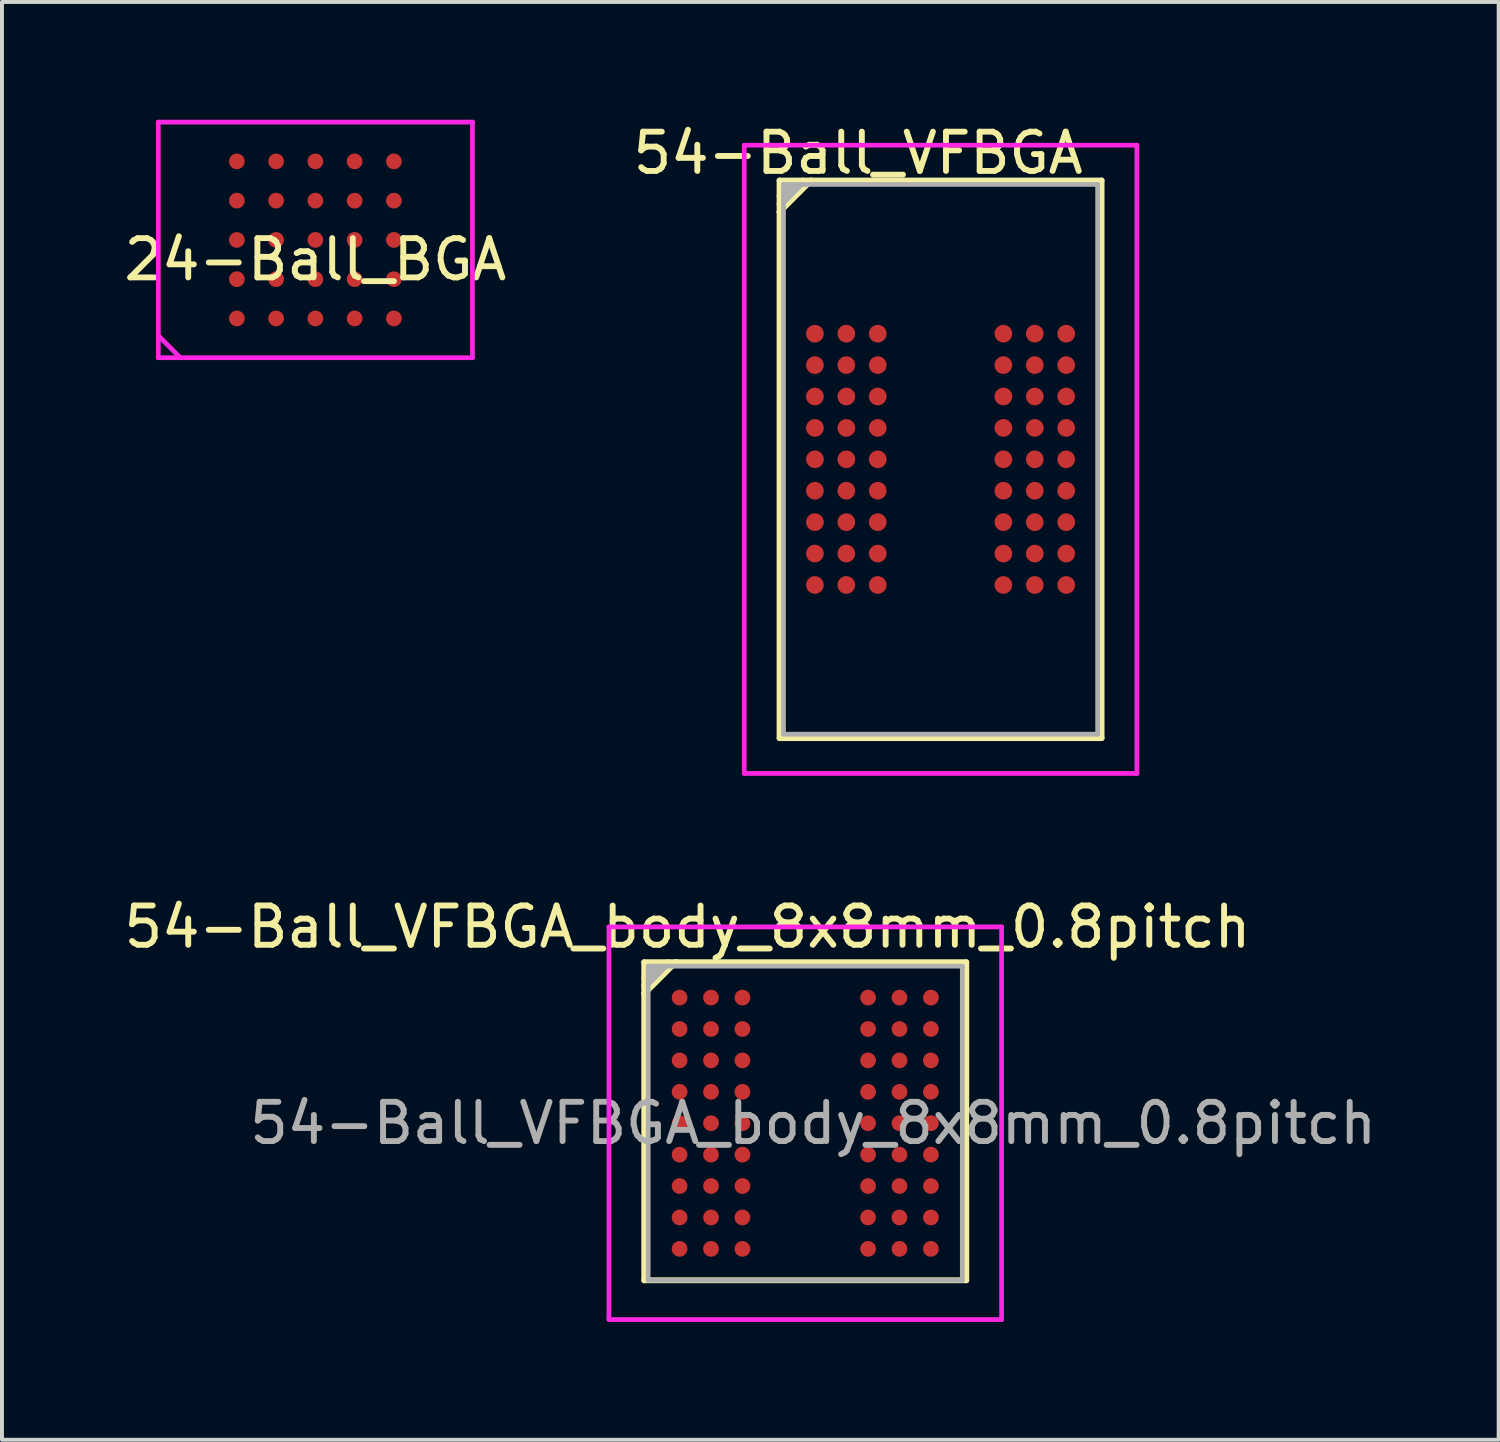
<source format=kicad_pcb>
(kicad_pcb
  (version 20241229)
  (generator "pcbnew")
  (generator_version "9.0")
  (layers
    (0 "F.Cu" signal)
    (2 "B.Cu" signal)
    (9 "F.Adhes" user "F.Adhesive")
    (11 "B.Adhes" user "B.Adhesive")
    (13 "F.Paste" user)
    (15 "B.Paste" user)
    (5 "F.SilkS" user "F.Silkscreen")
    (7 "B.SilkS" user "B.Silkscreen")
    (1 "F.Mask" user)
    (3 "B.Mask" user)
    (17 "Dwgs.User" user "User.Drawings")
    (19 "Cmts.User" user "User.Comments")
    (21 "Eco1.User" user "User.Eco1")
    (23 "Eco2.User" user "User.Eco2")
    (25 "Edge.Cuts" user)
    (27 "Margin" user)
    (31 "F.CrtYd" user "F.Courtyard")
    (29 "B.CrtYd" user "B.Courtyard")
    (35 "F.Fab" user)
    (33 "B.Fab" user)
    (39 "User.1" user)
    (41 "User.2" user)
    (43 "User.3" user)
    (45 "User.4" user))
  (footprint "24-Ball_BGA"
    (layer "F.Cu")
    (at 4.982 3.06)
    (property "Reference" "24-Ball_BGA" (at 0 0.5 0) (layer "F.SilkS") (effects (font (size 1 1) (thickness 0.15))))
    (attr smd)
    (fp_line (start -4 -3) (end 4 -3) (stroke (width 0.12) (type solid)) (layer "F.CrtYd"))
    (fp_line (start -4 3) (end -4 -3) (stroke (width 0.12) (type solid)) (layer "F.CrtYd"))
    (fp_line (start -4 3) (end 4 3) (stroke (width 0.12) (type solid)) (layer "F.CrtYd"))
    (fp_line (start -3.98 2.46) (end -3.47 2.97) (stroke (width 0.12) (type solid)) (layer "F.CrtYd"))
    (fp_line (start 4 -3) (end 4 3) (stroke (width 0.12) (type solid)) (layer "F.CrtYd"))
    (pad "A1" smd circle (at -2 2) (size 0.4 0.4) (layers "F.Cu" "F.Mask" "F.Paste"))
    (pad "A2" smd circle (at -2 1) (size 0.4 0.4) (layers "F.Cu" "F.Mask" "F.Paste"))
    (pad "A3" smd circle (at -2 0) (size 0.4 0.4) (layers "F.Cu" "F.Mask" "F.Paste"))
    (pad "A4" smd circle (at -2 -1) (size 0.4 0.4) (layers "F.Cu" "F.Mask" "F.Paste"))
    (pad "A5" smd circle (at -2 -2) (size 0.4 0.4) (layers "F.Cu" "F.Mask" "F.Paste"))
    (pad "B1" smd circle (at -1 2) (size 0.4 0.4) (layers "F.Cu" "F.Mask" "F.Paste"))
    (pad "B2" smd circle (at -1 1) (size 0.4 0.4) (layers "F.Cu" "F.Mask" "F.Paste"))
    (pad "B3" smd circle (at -1 0) (size 0.4 0.4) (layers "F.Cu" "F.Mask" "F.Paste"))
    (pad "B4" smd circle (at -1 -1) (size 0.4 0.4) (layers "F.Cu" "F.Mask" "F.Paste"))
    (pad "B5" smd circle (at -1 -2) (size 0.4 0.4) (layers "F.Cu" "F.Mask" "F.Paste"))
    (pad "C1" smd circle (at 0 2) (size 0.4 0.4) (layers "F.Cu" "F.Mask" "F.Paste"))
    (pad "C2" smd circle (at 0 1) (size 0.4 0.4) (layers "F.Cu" "F.Mask" "F.Paste"))
    (pad "C3" smd circle (at 0 0) (size 0.4 0.4) (layers "F.Cu" "F.Mask" "F.Paste"))
    (pad "C4" smd circle (at 0 -1) (size 0.4 0.4) (layers "F.Cu" "F.Mask" "F.Paste"))
    (pad "C5" smd circle (at 0 -2) (size 0.4 0.4) (layers "F.Cu" "F.Mask" "F.Paste"))
    (pad "D1" smd circle (at 1 2) (size 0.4 0.4) (layers "F.Cu" "F.Mask" "F.Paste"))
    (pad "D2" smd circle (at 1 1) (size 0.4 0.4) (layers "F.Cu" "F.Mask" "F.Paste"))
    (pad "D3" smd circle (at 1 0) (size 0.4 0.4) (layers "F.Cu" "F.Mask" "F.Paste"))
    (pad "D4" smd circle (at 1 -1) (size 0.4 0.4) (layers "F.Cu" "F.Mask" "F.Paste"))
    (pad "D5" smd circle (at 1 -2) (size 0.4 0.4) (layers "F.Cu" "F.Mask" "F.Paste"))
    (pad "E1" smd circle (at 2 2) (size 0.4 0.4) (layers "F.Cu" "F.Mask" "F.Paste"))
    (pad "E2" smd circle (at 2 1) (size 0.4 0.4) (layers "F.Cu" "F.Mask" "F.Paste"))
    (pad "E3" smd circle (at 2 0) (size 0.4 0.4) (layers "F.Cu" "F.Mask" "F.Paste"))
    (pad "E4" smd circle (at 2 -1) (size 0.4 0.4) (layers "F.Cu" "F.Mask" "F.Paste"))
    (pad "E5" smd circle (at 2 -2) (size 0.4 0.4) (layers "F.Cu" "F.Mask" "F.Paste")))
  (footprint "54-Ball_VFBGA_body_8x8mm_0.8pitch"
    (layer "F.Cu")
    (at 17.458 25.556)
    (property "Reference" "54-Ball_VFBGA_body_8x8mm_0.8pitch" (at -3 -5 0) (layer "F.SilkS") (effects (font (size 1 1) (thickness 0.15))))
    (attr smd)
    (fp_line (start -4.1 -4.1) (end -3.3 -4.1) (stroke (width 0.15) (type solid)) (layer "F.SilkS"))
    (fp_line (start -4.1 -3.7) (end -3.7 -4) (stroke (width 0.15) (type solid)) (layer "F.SilkS"))
    (fp_line (start -4.1 -3.5) (end -3.5 -4.1) (stroke (width 0.15) (type solid)) (layer "F.SilkS"))
    (fp_line (start -4.1 -3.3) (end -4.1 -4.1) (stroke (width 0.15) (type solid)) (layer "F.SilkS"))
    (fp_line (start -4.1 -3.3) (end -3.3 -4.1) (stroke (width 0.15) (type solid)) (layer "F.SilkS"))
    (fp_line (start -4.1 4) (end -4.1 -3.3) (stroke (width 0.15) (type solid)) (layer "F.SilkS"))
    (fp_line (start -3.9 -4) (end -4 -3.9) (stroke (width 0.2) (type solid)) (layer "F.SilkS"))
    (fp_line (start -3.3 -4.1) (end 4.1 -4.1) (stroke (width 0.15) (type solid)) (layer "F.SilkS"))
    (fp_line (start 4.1 -4.1) (end 4.1 4) (stroke (width 0.15) (type solid)) (layer "F.SilkS"))
    (fp_line (start 4.1 4) (end -4.1 4) (stroke (width 0.15) (type solid)) (layer "F.SilkS"))
    (fp_line (start -5 -5) (end 5 -5) (stroke (width 0.12) (type solid)) (layer "F.CrtYd"))
    (fp_line (start -5 5) (end -5 -5) (stroke (width 0.12) (type solid)) (layer "F.CrtYd"))
    (fp_line (start 5 -5) (end 5 5) (stroke (width 0.12) (type solid)) (layer "F.CrtYd"))
    (fp_line (start 5 5) (end -5 5) (stroke (width 0.12) (type solid)) (layer "F.CrtYd"))
    (fp_line (start -4 -4) (end -4 4) (stroke (width 0.12) (type solid)) (layer "F.Fab"))
    (fp_line (start -4 -4) (end 4 -4) (stroke (width 0.12) (type solid)) (layer "F.Fab"))
    (fp_line (start -4 -3.7) (end -3.7 -4) (stroke (width 0.12) (type solid)) (layer "F.Fab"))
    (fp_line (start -4 -3.53) (end -3.54 -4) (stroke (width 0.12) (type solid)) (layer "F.Fab"))
    (fp_line (start -4 4) (end 4 4) (stroke (width 0.12) (type solid)) (layer "F.Fab"))
    (fp_line (start -3.8 -4) (end -4 -3.8) (stroke (width 0.12) (type solid)) (layer "F.Fab"))
    (fp_line (start 4 -4) (end 4 4) (stroke (width 0.12) (type solid)) (layer "F.Fab"))
    (fp_text user "${REFERENCE}" (at 0.2 0 0) (layer "F.Fab") (effects (font (size 1 1) (thickness 0.15))))
    (pad "A1" smd circle (at -3.2 -3.2) (size 0.4 0.4) (layers "F.Cu" "F.Mask" "F.Paste"))
    (pad "A2" smd circle (at -2.4 -3.2) (size 0.4 0.4) (layers "F.Cu" "F.Mask" "F.Paste"))
    (pad "A3" smd circle (at -1.6 -3.2) (size 0.4 0.4) (layers "F.Cu" "F.Mask" "F.Paste"))
    (pad "A7" smd circle (at 1.6 -3.2) (size 0.4 0.4) (layers "F.Cu" "F.Mask" "F.Paste"))
    (pad "A8" smd circle (at 2.4 -3.2) (size 0.4 0.4) (layers "F.Cu" "F.Mask" "F.Paste"))
    (pad "A9" smd circle (at 3.2 -3.2) (size 0.4 0.4) (layers "F.Cu" "F.Mask" "F.Paste"))
    (pad "B1" smd circle (at -3.2 -2.4) (size 0.4 0.4) (layers "F.Cu" "F.Mask" "F.Paste"))
    (pad "B2" smd circle (at -2.4 -2.4) (size 0.4 0.4) (layers "F.Cu" "F.Mask" "F.Paste"))
    (pad "B3" smd circle (at -1.6 -2.4) (size 0.4 0.4) (layers "F.Cu" "F.Mask" "F.Paste"))
    (pad "B7" smd circle (at 1.6 -2.4) (size 0.4 0.4) (layers "F.Cu" "F.Mask" "F.Paste"))
    (pad "B8" smd circle (at 2.4 -2.4) (size 0.4 0.4) (layers "F.Cu" "F.Mask" "F.Paste"))
    (pad "B9" smd circle (at 3.2 -2.4) (size 0.4 0.4) (layers "F.Cu" "F.Mask" "F.Paste"))
    (pad "C1" smd circle (at -3.2 -1.6) (size 0.4 0.4) (layers "F.Cu" "F.Mask" "F.Paste"))
    (pad "C2" smd circle (at -2.4 -1.6) (size 0.4 0.4) (layers "F.Cu" "F.Mask" "F.Paste"))
    (pad "C3" smd circle (at -1.6 -1.6) (size 0.4 0.4) (layers "F.Cu" "F.Mask" "F.Paste"))
    (pad "C7" smd circle (at 1.6 -1.6) (size 0.4 0.4) (layers "F.Cu" "F.Mask" "F.Paste"))
    (pad "C8" smd circle (at 2.4 -1.6) (size 0.4 0.4) (layers "F.Cu" "F.Mask" "F.Paste"))
    (pad "C9" smd circle (at 3.2 -1.6) (size 0.4 0.4) (layers "F.Cu" "F.Mask" "F.Paste"))
    (pad "D1" smd circle (at -3.2 -0.8) (size 0.4 0.4) (layers "F.Cu" "F.Mask" "F.Paste"))
    (pad "D2" smd circle (at -2.4 -0.8) (size 0.4 0.4) (layers "F.Cu" "F.Mask" "F.Paste"))
    (pad "D3" smd circle (at -1.6 -0.8) (size 0.4 0.4) (layers "F.Cu" "F.Mask" "F.Paste"))
    (pad "D7" smd circle (at 1.6 -0.8) (size 0.4 0.4) (layers "F.Cu" "F.Mask" "F.Paste"))
    (pad "D8" smd circle (at 2.4 -0.8) (size 0.4 0.4) (layers "F.Cu" "F.Mask" "F.Paste"))
    (pad "D9" smd circle (at 3.2 -0.8) (size 0.4 0.4) (layers "F.Cu" "F.Mask" "F.Paste"))
    (pad "E1" smd circle (at -3.2 0) (size 0.4 0.4) (layers "F.Cu" "F.Mask" "F.Paste"))
    (pad "E2" smd circle (at -2.4 0) (size 0.4 0.4) (layers "F.Cu" "F.Mask" "F.Paste"))
    (pad "E3" smd circle (at -1.6 0) (size 0.4 0.4) (layers "F.Cu" "F.Mask" "F.Paste"))
    (pad "E7" smd circle (at 1.6 0) (size 0.4 0.4) (layers "F.Cu" "F.Mask" "F.Paste"))
    (pad "E8" smd circle (at 2.4 0) (size 0.4 0.4) (layers "F.Cu" "F.Mask" "F.Paste"))
    (pad "E9" smd circle (at 3.2 0) (size 0.4 0.4) (layers "F.Cu" "F.Mask" "F.Paste"))
    (pad "F1" smd circle (at -3.2 0.8) (size 0.4 0.4) (layers "F.Cu" "F.Mask" "F.Paste"))
    (pad "F2" smd circle (at -2.4 0.8) (size 0.4 0.4) (layers "F.Cu" "F.Mask" "F.Paste"))
    (pad "F3" smd circle (at -1.6 0.8) (size 0.4 0.4) (layers "F.Cu" "F.Mask" "F.Paste"))
    (pad "F7" smd circle (at 1.6 0.8) (size 0.4 0.4) (layers "F.Cu" "F.Mask" "F.Paste"))
    (pad "F8" smd circle (at 2.4 0.8) (size 0.4 0.4) (layers "F.Cu" "F.Mask" "F.Paste"))
    (pad "F9" smd circle (at 3.2 0.8) (size 0.4 0.4) (layers "F.Cu" "F.Mask" "F.Paste"))
    (pad "G1" smd circle (at -3.2 1.6) (size 0.4 0.4) (layers "F.Cu" "F.Mask" "F.Paste"))
    (pad "G2" smd circle (at -2.4 1.6) (size 0.4 0.4) (layers "F.Cu" "F.Mask" "F.Paste"))
    (pad "G3" smd circle (at -1.6 1.6) (size 0.4 0.4) (layers "F.Cu" "F.Mask" "F.Paste"))
    (pad "G7" smd circle (at 1.6 1.6) (size 0.4 0.4) (layers "F.Cu" "F.Mask" "F.Paste"))
    (pad "G8" smd circle (at 2.4 1.6) (size 0.4 0.4) (layers "F.Cu" "F.Mask" "F.Paste"))
    (pad "G9" smd circle (at 3.2 1.6) (size 0.4 0.4) (layers "F.Cu" "F.Mask" "F.Paste"))
    (pad "H1" smd circle (at -3.2 2.4) (size 0.4 0.4) (layers "F.Cu" "F.Mask" "F.Paste"))
    (pad "H2" smd circle (at -2.4 2.4) (size 0.4 0.4) (layers "F.Cu" "F.Mask" "F.Paste"))
    (pad "H3" smd circle (at -1.6 2.4) (size 0.4 0.4) (layers "F.Cu" "F.Mask" "F.Paste"))
    (pad "H7" smd circle (at 1.6 2.4) (size 0.4 0.4) (layers "F.Cu" "F.Mask" "F.Paste"))
    (pad "H8" smd circle (at 2.4 2.4) (size 0.4 0.4) (layers "F.Cu" "F.Mask" "F.Paste"))
    (pad "H9" smd circle (at 3.2 2.4) (size 0.4 0.4) (layers "F.Cu" "F.Mask" "F.Paste"))
    (pad "J1" smd circle (at -3.2 3.2) (size 0.4 0.4) (layers "F.Cu" "F.Mask" "F.Paste"))
    (pad "J2" smd circle (at -2.4 3.2) (size 0.4 0.4) (layers "F.Cu" "F.Mask" "F.Paste"))
    (pad "J3" smd circle (at -1.6 3.2) (size 0.4 0.4) (layers "F.Cu" "F.Mask" "F.Paste"))
    (pad "J7" smd circle (at 1.6 3.2) (size 0.4 0.4) (layers "F.Cu" "F.Mask" "F.Paste"))
    (pad "J8" smd circle (at 2.4 3.2) (size 0.4 0.4) (layers "F.Cu" "F.Mask" "F.Paste"))
    (pad "J9" smd circle (at 3.2 3.2) (size 0.4 0.4) (layers "F.Cu" "F.Mask" "F.Paste")))
  (footprint "54-Ball_VFBGA"
    (layer "F.Cu")
    (at 20.904 8.648)
    (property "Reference" "54-Ball_VFBGA" (at -2.1 -7.8 0) (layer "F.SilkS") (effects (font (size 1 1) (thickness 0.15))))
    (attr smd)
    (fp_line (start -4.1 -7.1) (end -3.3 -7.1) (stroke (width 0.15) (type solid)) (layer "F.SilkS"))
    (fp_line (start -4.1 -6.7) (end -3.7 -7) (stroke (width 0.15) (type solid)) (layer "F.SilkS"))
    (fp_line (start -4.1 -6.5) (end -3.5 -7.1) (stroke (width 0.15) (type solid)) (layer "F.SilkS"))
    (fp_line (start -4.1 -6.3) (end -4.1 -7.1) (stroke (width 0.15) (type solid)) (layer "F.SilkS"))
    (fp_line (start -4.1 -6.3) (end -3.3 -7.1) (stroke (width 0.15) (type solid)) (layer "F.SilkS"))
    (fp_line (start -4.1 7.1) (end -4.1 -6.3) (stroke (width 0.15) (type solid)) (layer "F.SilkS"))
    (fp_line (start -3.9 -7) (end -4 -6.9) (stroke (width 0.2) (type solid)) (layer "F.SilkS"))
    (fp_line (start -3.3 -7.1) (end 4.1 -7.1) (stroke (width 0.15) (type solid)) (layer "F.SilkS"))
    (fp_line (start 4.1 -7.1) (end 4.1 7.1) (stroke (width 0.15) (type solid)) (layer "F.SilkS"))
    (fp_line (start 4.1 7.1) (end -4.1 7.1) (stroke (width 0.15) (type solid)) (layer "F.SilkS"))
    (fp_line (start -5 -8) (end 5 -8) (stroke (width 0.12) (type solid)) (layer "F.CrtYd"))
    (fp_line (start -5 8) (end -5 -8) (stroke (width 0.12) (type solid)) (layer "F.CrtYd"))
    (fp_line (start 5 -8) (end 5 8) (stroke (width 0.12) (type solid)) (layer "F.CrtYd"))
    (fp_line (start 5 8) (end -5 8) (stroke (width 0.12) (type solid)) (layer "F.CrtYd"))
    (fp_line (start -4 -7) (end -4 7) (stroke (width 0.12) (type solid)) (layer "F.Fab"))
    (fp_line (start -4 -7) (end 4 -7) (stroke (width 0.12) (type solid)) (layer "F.Fab"))
    (fp_line (start -4 -6.7) (end -3.7 -7) (stroke (width 0.12) (type solid)) (layer "F.Fab"))
    (fp_line (start -4 -6.53) (end -3.54 -7) (stroke (width 0.12) (type solid)) (layer "F.Fab"))
    (fp_line (start -4 7) (end 4 7) (stroke (width 0.12) (type solid)) (layer "F.Fab"))
    (fp_line (start -3.8 -7) (end -4 -6.8) (stroke (width 0.12) (type solid)) (layer "F.Fab"))
    (fp_line (start 4 -7) (end 4 7) (stroke (width 0.12) (type solid)) (layer "F.Fab"))
    (pad "A1" smd circle (at -3.2 -3.2) (size 0.45 0.45) (layers "F.Cu" "F.Mask" "F.Paste"))
    (pad "A2" smd circle (at -2.4 -3.2) (size 0.45 0.45) (layers "F.Cu" "F.Mask" "F.Paste"))
    (pad "A3" smd circle (at -1.6 -3.2) (size 0.45 0.45) (layers "F.Cu" "F.Mask" "F.Paste"))
    (pad "A7" smd circle (at 1.6 -3.2) (size 0.45 0.45) (layers "F.Cu" "F.Mask" "F.Paste"))
    (pad "A8" smd circle (at 2.4 -3.2) (size 0.45 0.45) (layers "F.Cu" "F.Mask" "F.Paste"))
    (pad "A9" smd circle (at 3.2 -3.2) (size 0.45 0.45) (layers "F.Cu" "F.Mask" "F.Paste"))
    (pad "B1" smd circle (at -3.2 -2.4) (size 0.45 0.45) (layers "F.Cu" "F.Mask" "F.Paste"))
    (pad "B2" smd circle (at -2.4 -2.4) (size 0.45 0.45) (layers "F.Cu" "F.Mask" "F.Paste"))
    (pad "B3" smd circle (at -1.6 -2.4) (size 0.45 0.45) (layers "F.Cu" "F.Mask" "F.Paste"))
    (pad "B7" smd circle (at 1.6 -2.4) (size 0.45 0.45) (layers "F.Cu" "F.Mask" "F.Paste"))
    (pad "B8" smd circle (at 2.4 -2.4) (size 0.45 0.45) (layers "F.Cu" "F.Mask" "F.Paste"))
    (pad "B9" smd circle (at 3.2 -2.4) (size 0.45 0.45) (layers "F.Cu" "F.Mask" "F.Paste"))
    (pad "C1" smd circle (at -3.2 -1.6) (size 0.45 0.45) (layers "F.Cu" "F.Mask" "F.Paste"))
    (pad "C2" smd circle (at -2.4 -1.6) (size 0.45 0.45) (layers "F.Cu" "F.Mask" "F.Paste"))
    (pad "C3" smd circle (at -1.6 -1.6) (size 0.45 0.45) (layers "F.Cu" "F.Mask" "F.Paste"))
    (pad "C7" smd circle (at 1.6 -1.6) (size 0.45 0.45) (layers "F.Cu" "F.Mask" "F.Paste"))
    (pad "C8" smd circle (at 2.4 -1.6) (size 0.45 0.45) (layers "F.Cu" "F.Mask" "F.Paste"))
    (pad "C9" smd circle (at 3.2 -1.6) (size 0.45 0.45) (layers "F.Cu" "F.Mask" "F.Paste"))
    (pad "D1" smd circle (at -3.2 -0.8) (size 0.45 0.45) (layers "F.Cu" "F.Mask" "F.Paste"))
    (pad "D2" smd circle (at -2.4 -0.8) (size 0.45 0.45) (layers "F.Cu" "F.Mask" "F.Paste"))
    (pad "D3" smd circle (at -1.6 -0.8) (size 0.45 0.45) (layers "F.Cu" "F.Mask" "F.Paste"))
    (pad "D7" smd circle (at 1.6 -0.8) (size 0.45 0.45) (layers "F.Cu" "F.Mask" "F.Paste"))
    (pad "D8" smd circle (at 2.4 -0.8) (size 0.45 0.45) (layers "F.Cu" "F.Mask" "F.Paste"))
    (pad "D9" smd circle (at 3.2 -0.8) (size 0.45 0.45) (layers "F.Cu" "F.Mask" "F.Paste"))
    (pad "E1" smd circle (at -3.2 0) (size 0.45 0.45) (layers "F.Cu" "F.Mask" "F.Paste"))
    (pad "E2" smd circle (at -2.4 0) (size 0.45 0.45) (layers "F.Cu" "F.Mask" "F.Paste"))
    (pad "E3" smd circle (at -1.6 0) (size 0.45 0.45) (layers "F.Cu" "F.Mask" "F.Paste"))
    (pad "E7" smd circle (at 1.6 0) (size 0.45 0.45) (layers "F.Cu" "F.Mask" "F.Paste"))
    (pad "E8" smd circle (at 2.4 0) (size 0.45 0.45) (layers "F.Cu" "F.Mask" "F.Paste"))
    (pad "E9" smd circle (at 3.2 0) (size 0.45 0.45) (layers "F.Cu" "F.Mask" "F.Paste"))
    (pad "F1" smd circle (at -3.2 0.8) (size 0.45 0.45) (layers "F.Cu" "F.Mask" "F.Paste"))
    (pad "F2" smd circle (at -2.4 0.8) (size 0.45 0.45) (layers "F.Cu" "F.Mask" "F.Paste"))
    (pad "F3" smd circle (at -1.6 0.8) (size 0.45 0.45) (layers "F.Cu" "F.Mask" "F.Paste"))
    (pad "F7" smd circle (at 1.6 0.8) (size 0.45 0.45) (layers "F.Cu" "F.Mask" "F.Paste"))
    (pad "F8" smd circle (at 2.4 0.8) (size 0.45 0.45) (layers "F.Cu" "F.Mask" "F.Paste"))
    (pad "F9" smd circle (at 3.2 0.8) (size 0.45 0.45) (layers "F.Cu" "F.Mask" "F.Paste"))
    (pad "G1" smd circle (at -3.2 1.6) (size 0.45 0.45) (layers "F.Cu" "F.Mask" "F.Paste"))
    (pad "G2" smd circle (at -2.4 1.6) (size 0.45 0.45) (layers "F.Cu" "F.Mask" "F.Paste"))
    (pad "G3" smd circle (at -1.6 1.6) (size 0.45 0.45) (layers "F.Cu" "F.Mask" "F.Paste"))
    (pad "G7" smd circle (at 1.6 1.6) (size 0.45 0.45) (layers "F.Cu" "F.Mask" "F.Paste"))
    (pad "G8" smd circle (at 2.4 1.6) (size 0.45 0.45) (layers "F.Cu" "F.Mask" "F.Paste"))
    (pad "G9" smd circle (at 3.2 1.6) (size 0.45 0.45) (layers "F.Cu" "F.Mask" "F.Paste"))
    (pad "H1" smd circle (at -3.2 2.4) (size 0.45 0.45) (layers "F.Cu" "F.Mask" "F.Paste"))
    (pad "H2" smd circle (at -2.4 2.4) (size 0.45 0.45) (layers "F.Cu" "F.Mask" "F.Paste"))
    (pad "H3" smd circle (at -1.6 2.4) (size 0.45 0.45) (layers "F.Cu" "F.Mask" "F.Paste"))
    (pad "H7" smd circle (at 1.6 2.4) (size 0.45 0.45) (layers "F.Cu" "F.Mask" "F.Paste"))
    (pad "H8" smd circle (at 2.4 2.4) (size 0.45 0.45) (layers "F.Cu" "F.Mask" "F.Paste"))
    (pad "H9" smd circle (at 3.2 2.4) (size 0.45 0.45) (layers "F.Cu" "F.Mask" "F.Paste"))
    (pad "J1" smd circle (at -3.2 3.2) (size 0.45 0.45) (layers "F.Cu" "F.Mask" "F.Paste"))
    (pad "J2" smd circle (at -2.4 3.2) (size 0.45 0.45) (layers "F.Cu" "F.Mask" "F.Paste"))
    (pad "J3" smd circle (at -1.6 3.2) (size 0.45 0.45) (layers "F.Cu" "F.Mask" "F.Paste"))
    (pad "J7" smd circle (at 1.6 3.2) (size 0.45 0.45) (layers "F.Cu" "F.Mask" "F.Paste"))
    (pad "J8" smd circle (at 2.4 3.2) (size 0.45 0.45) (layers "F.Cu" "F.Mask" "F.Paste"))
    (pad "J9" smd circle (at 3.2 3.2) (size 0.45 0.45) (layers "F.Cu" "F.Mask" "F.Paste")))
  (gr_rect
    (start -3 -3)
    (end 35.117 33.617)
    (stroke (width 0.1) (type default))
    (fill no)
    (layer "Edge.Cuts")))
</source>
